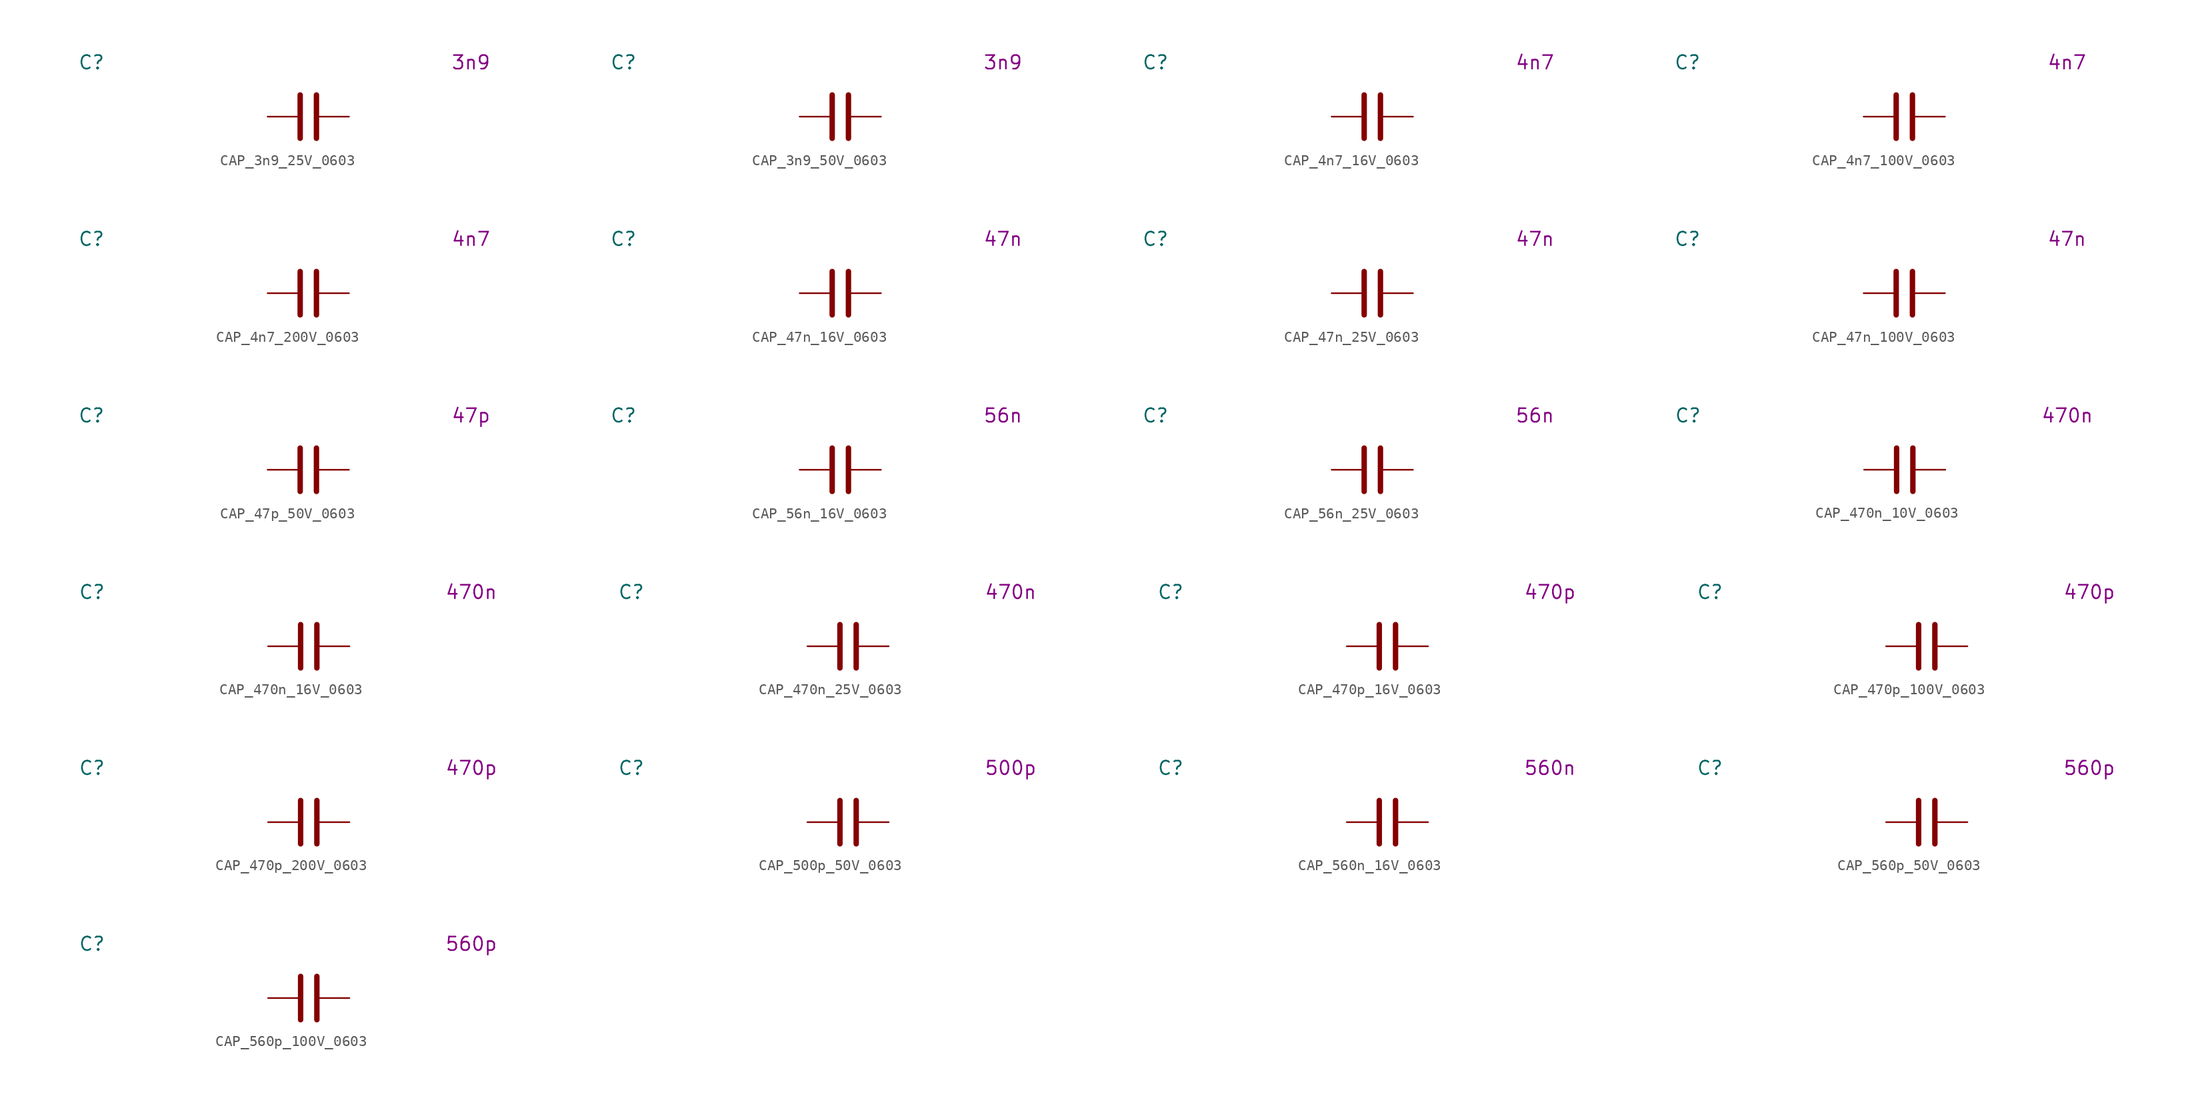
<source format=kicad_sym>
(kicad_symbol_lib
  (version 20231120)
  (generator "kicad_symbol_editor")
  (generator_version "8.0")
  (symbol "CAP_3n9_25V_0603"
    (pin_numbers hide)
    (property "Reference" "C"
      (at -20.32 5.08 0)
      (effects (font (size 1.27 1.27))))
    (property "Display Value" "3n9"
      (at 15.24 5.08 0)
      (effects (font (size 1.27 1.27))))
    (symbol "CAP_3n9_25V_0603_0_1"
      (polyline (pts (xy -0.762 -2.032) (xy -0.762 2.032)) (stroke (width 0.508) (type default)) (fill (type none)))
      (polyline (pts (xy 0.762 -2.032) (xy 0.762 2.032)) (stroke (width 0.508) (type default)) (fill (type none))))
    (symbol "CAP_3n9_25V_0603_1_1"
      (pin passive line (at -3.81 0 0) (length 2.794) (name "~" (effects (font (size 1.27 1.27)))) (number "1" (effects (font (size 1.27 1.27)))))
      (pin passive line (at 3.81 0 180) (length 2.794) (name "~" (effects (font (size 1.27 1.27)))) (number "2" (effects (font (size 1.27 1.27)))))))
  (symbol "CAP_3n9_50V_0603"
    (pin_numbers hide)
    (property "Reference" "C"
      (at -20.32 5.08 0)
      (effects (font (size 1.27 1.27))))
    (property "Display Value" "3n9"
      (at 15.24 5.08 0)
      (effects (font (size 1.27 1.27))))
    (symbol "CAP_3n9_50V_0603_0_1"
      (polyline (pts (xy -0.762 -2.032) (xy -0.762 2.032)) (stroke (width 0.508) (type default)) (fill (type none)))
      (polyline (pts (xy 0.762 -2.032) (xy 0.762 2.032)) (stroke (width 0.508) (type default)) (fill (type none))))
    (symbol "CAP_3n9_50V_0603_1_1"
      (pin passive line (at -3.81 0 0) (length 2.794) (name "~" (effects (font (size 1.27 1.27)))) (number "1" (effects (font (size 1.27 1.27)))))
      (pin passive line (at 3.81 0 180) (length 2.794) (name "~" (effects (font (size 1.27 1.27)))) (number "2" (effects (font (size 1.27 1.27)))))))
  (symbol "CAP_4n7_16V_0603"
    (pin_numbers hide)
    (property "Reference" "C"
      (at -20.32 5.08 0)
      (effects (font (size 1.27 1.27))))
    (property "Display Value" "4n7"
      (at 15.24 5.08 0)
      (effects (font (size 1.27 1.27))))
    (symbol "CAP_4n7_16V_0603_0_1"
      (polyline (pts (xy -0.762 -2.032) (xy -0.762 2.032)) (stroke (width 0.508) (type default)) (fill (type none)))
      (polyline (pts (xy 0.762 -2.032) (xy 0.762 2.032)) (stroke (width 0.508) (type default)) (fill (type none))))
    (symbol "CAP_4n7_16V_0603_1_1"
      (pin passive line (at -3.81 0 0) (length 2.794) (name "~" (effects (font (size 1.27 1.27)))) (number "1" (effects (font (size 1.27 1.27)))))
      (pin passive line (at 3.81 0 180) (length 2.794) (name "~" (effects (font (size 1.27 1.27)))) (number "2" (effects (font (size 1.27 1.27)))))))
  (symbol "CAP_4n7_100V_0603"
    (pin_numbers hide)
    (property "Reference" "C"
      (at -20.32 5.08 0)
      (effects (font (size 1.27 1.27))))
    (property "Display Value" "4n7"
      (at 15.24 5.08 0)
      (effects (font (size 1.27 1.27))))
    (symbol "CAP_4n7_100V_0603_0_1"
      (polyline (pts (xy -0.762 -2.032) (xy -0.762 2.032)) (stroke (width 0.508) (type default)) (fill (type none)))
      (polyline (pts (xy 0.762 -2.032) (xy 0.762 2.032)) (stroke (width 0.508) (type default)) (fill (type none))))
    (symbol "CAP_4n7_100V_0603_1_1"
      (pin passive line (at -3.81 0 0) (length 2.794) (name "~" (effects (font (size 1.27 1.27)))) (number "1" (effects (font (size 1.27 1.27)))))
      (pin passive line (at 3.81 0 180) (length 2.794) (name "~" (effects (font (size 1.27 1.27)))) (number "2" (effects (font (size 1.27 1.27)))))))
  (symbol "CAP_4n7_200V_0603"
    (pin_numbers hide)
    (property "Reference" "C"
      (at -20.32 5.08 0)
      (effects (font (size 1.27 1.27))))
    (property "Display Value" "4n7"
      (at 15.24 5.08 0)
      (effects (font (size 1.27 1.27))))
    (symbol "CAP_4n7_200V_0603_0_1"
      (polyline (pts (xy -0.762 -2.032) (xy -0.762 2.032)) (stroke (width 0.508) (type default)) (fill (type none)))
      (polyline (pts (xy 0.762 -2.032) (xy 0.762 2.032)) (stroke (width 0.508) (type default)) (fill (type none))))
    (symbol "CAP_4n7_200V_0603_1_1"
      (pin passive line (at -3.81 0 0) (length 2.794) (name "~" (effects (font (size 1.27 1.27)))) (number "1" (effects (font (size 1.27 1.27)))))
      (pin passive line (at 3.81 0 180) (length 2.794) (name "~" (effects (font (size 1.27 1.27)))) (number "2" (effects (font (size 1.27 1.27)))))))
  (symbol "CAP_47n_16V_0603"
    (pin_numbers hide)
    (property "Reference" "C"
      (at -20.32 5.08 0)
      (effects (font (size 1.27 1.27))))
    (property "Display Value" "47n"
      (at 15.24 5.08 0)
      (effects (font (size 1.27 1.27))))
    (symbol "CAP_47n_16V_0603_0_1"
      (polyline (pts (xy -0.762 -2.032) (xy -0.762 2.032)) (stroke (width 0.508) (type default)) (fill (type none)))
      (polyline (pts (xy 0.762 -2.032) (xy 0.762 2.032)) (stroke (width 0.508) (type default)) (fill (type none))))
    (symbol "CAP_47n_16V_0603_1_1"
      (pin passive line (at -3.81 0 0) (length 2.794) (name "~" (effects (font (size 1.27 1.27)))) (number "1" (effects (font (size 1.27 1.27)))))
      (pin passive line (at 3.81 0 180) (length 2.794) (name "~" (effects (font (size 1.27 1.27)))) (number "2" (effects (font (size 1.27 1.27)))))))
  (symbol "CAP_47n_25V_0603"
    (pin_numbers hide)
    (property "Reference" "C"
      (at -20.32 5.08 0)
      (effects (font (size 1.27 1.27))))
    (property "Display Value" "47n"
      (at 15.24 5.08 0)
      (effects (font (size 1.27 1.27))))
    (symbol "CAP_47n_25V_0603_0_1"
      (polyline (pts (xy -0.762 -2.032) (xy -0.762 2.032)) (stroke (width 0.508) (type default)) (fill (type none)))
      (polyline (pts (xy 0.762 -2.032) (xy 0.762 2.032)) (stroke (width 0.508) (type default)) (fill (type none))))
    (symbol "CAP_47n_25V_0603_1_1"
      (pin passive line (at -3.81 0 0) (length 2.794) (name "~" (effects (font (size 1.27 1.27)))) (number "1" (effects (font (size 1.27 1.27)))))
      (pin passive line (at 3.81 0 180) (length 2.794) (name "~" (effects (font (size 1.27 1.27)))) (number "2" (effects (font (size 1.27 1.27)))))))
  (symbol "CAP_47n_100V_0603"
    (pin_numbers hide)
    (property "Reference" "C"
      (at -20.32 5.08 0)
      (effects (font (size 1.27 1.27))))
    (property "Display Value" "47n"
      (at 15.24 5.08 0)
      (effects (font (size 1.27 1.27))))
    (symbol "CAP_47n_100V_0603_0_1"
      (polyline (pts (xy -0.762 -2.032) (xy -0.762 2.032)) (stroke (width 0.508) (type default)) (fill (type none)))
      (polyline (pts (xy 0.762 -2.032) (xy 0.762 2.032)) (stroke (width 0.508) (type default)) (fill (type none))))
    (symbol "CAP_47n_100V_0603_1_1"
      (pin passive line (at -3.81 0 0) (length 2.794) (name "~" (effects (font (size 1.27 1.27)))) (number "1" (effects (font (size 1.27 1.27)))))
      (pin passive line (at 3.81 0 180) (length 2.794) (name "~" (effects (font (size 1.27 1.27)))) (number "2" (effects (font (size 1.27 1.27)))))))
  (symbol "CAP_47p_50V_0603"
    (pin_numbers hide)
    (property "Reference" "C"
      (at -20.32 5.08 0)
      (effects (font (size 1.27 1.27))))
    (property "Display Value" "47p"
      (at 15.24 5.08 0)
      (effects (font (size 1.27 1.27))))
    (symbol "CAP_47p_50V_0603_0_1"
      (polyline (pts (xy -0.762 -2.032) (xy -0.762 2.032)) (stroke (width 0.508) (type default)) (fill (type none)))
      (polyline (pts (xy 0.762 -2.032) (xy 0.762 2.032)) (stroke (width 0.508) (type default)) (fill (type none))))
    (symbol "CAP_47p_50V_0603_1_1"
      (pin passive line (at -3.81 0 0) (length 2.794) (name "~" (effects (font (size 1.27 1.27)))) (number "1" (effects (font (size 1.27 1.27)))))
      (pin passive line (at 3.81 0 180) (length 2.794) (name "~" (effects (font (size 1.27 1.27)))) (number "2" (effects (font (size 1.27 1.27)))))))
  (symbol "CAP_56n_16V_0603"
    (pin_numbers hide)
    (property "Reference" "C"
      (at -20.32 5.08 0)
      (effects (font (size 1.27 1.27))))
    (property "Display Value" "56n"
      (at 15.24 5.08 0)
      (effects (font (size 1.27 1.27))))
    (symbol "CAP_56n_16V_0603_0_1"
      (polyline (pts (xy -0.762 -2.032) (xy -0.762 2.032)) (stroke (width 0.508) (type default)) (fill (type none)))
      (polyline (pts (xy 0.762 -2.032) (xy 0.762 2.032)) (stroke (width 0.508) (type default)) (fill (type none))))
    (symbol "CAP_56n_16V_0603_1_1"
      (pin passive line (at -3.81 0 0) (length 2.794) (name "~" (effects (font (size 1.27 1.27)))) (number "1" (effects (font (size 1.27 1.27)))))
      (pin passive line (at 3.81 0 180) (length 2.794) (name "~" (effects (font (size 1.27 1.27)))) (number "2" (effects (font (size 1.27 1.27)))))))
  (symbol "CAP_56n_25V_0603"
    (pin_numbers hide)
    (property "Reference" "C"
      (at -20.32 5.08 0)
      (effects (font (size 1.27 1.27))))
    (property "Display Value" "56n"
      (at 15.24 5.08 0)
      (effects (font (size 1.27 1.27))))
    (symbol "CAP_56n_25V_0603_0_1"
      (polyline (pts (xy -0.762 -2.032) (xy -0.762 2.032)) (stroke (width 0.508) (type default)) (fill (type none)))
      (polyline (pts (xy 0.762 -2.032) (xy 0.762 2.032)) (stroke (width 0.508) (type default)) (fill (type none))))
    (symbol "CAP_56n_25V_0603_1_1"
      (pin passive line (at -3.81 0 0) (length 2.794) (name "~" (effects (font (size 1.27 1.27)))) (number "1" (effects (font (size 1.27 1.27)))))
      (pin passive line (at 3.81 0 180) (length 2.794) (name "~" (effects (font (size 1.27 1.27)))) (number "2" (effects (font (size 1.27 1.27)))))))
  (symbol "CAP_470n_10V_0603"
    (pin_numbers hide)
    (property "Reference" "C"
      (at -20.32 5.08 0)
      (effects (font (size 1.27 1.27))))
    (property "Display Value" "470n"
      (at 15.24 5.08 0)
      (effects (font (size 1.27 1.27))))
    (symbol "CAP_470n_10V_0603_0_1"
      (polyline (pts (xy -0.762 -2.032) (xy -0.762 2.032)) (stroke (width 0.508) (type default)) (fill (type none)))
      (polyline (pts (xy 0.762 -2.032) (xy 0.762 2.032)) (stroke (width 0.508) (type default)) (fill (type none))))
    (symbol "CAP_470n_10V_0603_1_1"
      (pin passive line (at -3.81 0 0) (length 2.794) (name "~" (effects (font (size 1.27 1.27)))) (number "1" (effects (font (size 1.27 1.27)))))
      (pin passive line (at 3.81 0 180) (length 2.794) (name "~" (effects (font (size 1.27 1.27)))) (number "2" (effects (font (size 1.27 1.27)))))))
  (symbol "CAP_470n_16V_0603"
    (pin_numbers hide)
    (property "Reference" "C"
      (at -20.32 5.08 0)
      (effects (font (size 1.27 1.27))))
    (property "Display Value" "470n"
      (at 15.24 5.08 0)
      (effects (font (size 1.27 1.27))))
    (symbol "CAP_470n_16V_0603_0_1"
      (polyline (pts (xy -0.762 -2.032) (xy -0.762 2.032)) (stroke (width 0.508) (type default)) (fill (type none)))
      (polyline (pts (xy 0.762 -2.032) (xy 0.762 2.032)) (stroke (width 0.508) (type default)) (fill (type none))))
    (symbol "CAP_470n_16V_0603_1_1"
      (pin passive line (at -3.81 0 0) (length 2.794) (name "~" (effects (font (size 1.27 1.27)))) (number "1" (effects (font (size 1.27 1.27)))))
      (pin passive line (at 3.81 0 180) (length 2.794) (name "~" (effects (font (size 1.27 1.27)))) (number "2" (effects (font (size 1.27 1.27)))))))
  (symbol "CAP_470n_25V_0603"
    (pin_numbers hide)
    (property "Reference" "C"
      (at -20.32 5.08 0)
      (effects (font (size 1.27 1.27))))
    (property "Display Value" "470n"
      (at 15.24 5.08 0)
      (effects (font (size 1.27 1.27))))
    (symbol "CAP_470n_25V_0603_0_1"
      (polyline (pts (xy -0.762 -2.032) (xy -0.762 2.032)) (stroke (width 0.508) (type default)) (fill (type none)))
      (polyline (pts (xy 0.762 -2.032) (xy 0.762 2.032)) (stroke (width 0.508) (type default)) (fill (type none))))
    (symbol "CAP_470n_25V_0603_1_1"
      (pin passive line (at -3.81 0 0) (length 2.794) (name "~" (effects (font (size 1.27 1.27)))) (number "1" (effects (font (size 1.27 1.27)))))
      (pin passive line (at 3.81 0 180) (length 2.794) (name "~" (effects (font (size 1.27 1.27)))) (number "2" (effects (font (size 1.27 1.27)))))))
  (symbol "CAP_470p_16V_0603"
    (pin_numbers hide)
    (property "Reference" "C"
      (at -20.32 5.08 0)
      (effects (font (size 1.27 1.27))))
    (property "Display Value" "470p"
      (at 15.24 5.08 0)
      (effects (font (size 1.27 1.27))))
    (symbol "CAP_470p_16V_0603_0_1"
      (polyline (pts (xy -0.762 -2.032) (xy -0.762 2.032)) (stroke (width 0.508) (type default)) (fill (type none)))
      (polyline (pts (xy 0.762 -2.032) (xy 0.762 2.032)) (stroke (width 0.508) (type default)) (fill (type none))))
    (symbol "CAP_470p_16V_0603_1_1"
      (pin passive line (at -3.81 0 0) (length 2.794) (name "~" (effects (font (size 1.27 1.27)))) (number "1" (effects (font (size 1.27 1.27)))))
      (pin passive line (at 3.81 0 180) (length 2.794) (name "~" (effects (font (size 1.27 1.27)))) (number "2" (effects (font (size 1.27 1.27)))))))
  (symbol "CAP_470p_100V_0603"
    (pin_numbers hide)
    (property "Reference" "C"
      (at -20.32 5.08 0)
      (effects (font (size 1.27 1.27))))
    (property "Display Value" "470p"
      (at 15.24 5.08 0)
      (effects (font (size 1.27 1.27))))
    (symbol "CAP_470p_100V_0603_0_1"
      (polyline (pts (xy -0.762 -2.032) (xy -0.762 2.032)) (stroke (width 0.508) (type default)) (fill (type none)))
      (polyline (pts (xy 0.762 -2.032) (xy 0.762 2.032)) (stroke (width 0.508) (type default)) (fill (type none))))
    (symbol "CAP_470p_100V_0603_1_1"
      (pin passive line (at -3.81 0 0) (length 2.794) (name "~" (effects (font (size 1.27 1.27)))) (number "1" (effects (font (size 1.27 1.27)))))
      (pin passive line (at 3.81 0 180) (length 2.794) (name "~" (effects (font (size 1.27 1.27)))) (number "2" (effects (font (size 1.27 1.27)))))))
  (symbol "CAP_470p_200V_0603"
    (pin_numbers hide)
    (property "Reference" "C"
      (at -20.32 5.08 0)
      (effects (font (size 1.27 1.27))))
    (property "Display Value" "470p"
      (at 15.24 5.08 0)
      (effects (font (size 1.27 1.27))))
    (symbol "CAP_470p_200V_0603_0_1"
      (polyline (pts (xy -0.762 -2.032) (xy -0.762 2.032)) (stroke (width 0.508) (type default)) (fill (type none)))
      (polyline (pts (xy 0.762 -2.032) (xy 0.762 2.032)) (stroke (width 0.508) (type default)) (fill (type none))))
    (symbol "CAP_470p_200V_0603_1_1"
      (pin passive line (at -3.81 0 0) (length 2.794) (name "~" (effects (font (size 1.27 1.27)))) (number "1" (effects (font (size 1.27 1.27)))))
      (pin passive line (at 3.81 0 180) (length 2.794) (name "~" (effects (font (size 1.27 1.27)))) (number "2" (effects (font (size 1.27 1.27)))))))
  (symbol "CAP_500p_50V_0603"
    (pin_numbers hide)
    (property "Reference" "C"
      (at -20.32 5.08 0)
      (effects (font (size 1.27 1.27))))
    (property "Display Value" "500p"
      (at 15.24 5.08 0)
      (effects (font (size 1.27 1.27))))
    (symbol "CAP_500p_50V_0603_0_1"
      (polyline (pts (xy -0.762 -2.032) (xy -0.762 2.032)) (stroke (width 0.508) (type default)) (fill (type none)))
      (polyline (pts (xy 0.762 -2.032) (xy 0.762 2.032)) (stroke (width 0.508) (type default)) (fill (type none))))
    (symbol "CAP_500p_50V_0603_1_1"
      (pin passive line (at -3.81 0 0) (length 2.794) (name "~" (effects (font (size 1.27 1.27)))) (number "1" (effects (font (size 1.27 1.27)))))
      (pin passive line (at 3.81 0 180) (length 2.794) (name "~" (effects (font (size 1.27 1.27)))) (number "2" (effects (font (size 1.27 1.27)))))))
  (symbol "CAP_560n_16V_0603"
    (pin_numbers hide)
    (property "Reference" "C"
      (at -20.32 5.08 0)
      (effects (font (size 1.27 1.27))))
    (property "Display Value" "560n"
      (at 15.24 5.08 0)
      (effects (font (size 1.27 1.27))))
    (symbol "CAP_560n_16V_0603_0_1"
      (polyline (pts (xy -0.762 -2.032) (xy -0.762 2.032)) (stroke (width 0.508) (type default)) (fill (type none)))
      (polyline (pts (xy 0.762 -2.032) (xy 0.762 2.032)) (stroke (width 0.508) (type default)) (fill (type none))))
    (symbol "CAP_560n_16V_0603_1_1"
      (pin passive line (at -3.81 0 0) (length 2.794) (name "~" (effects (font (size 1.27 1.27)))) (number "1" (effects (font (size 1.27 1.27)))))
      (pin passive line (at 3.81 0 180) (length 2.794) (name "~" (effects (font (size 1.27 1.27)))) (number "2" (effects (font (size 1.27 1.27)))))))
  (symbol "CAP_560p_50V_0603"
    (pin_numbers hide)
    (property "Reference" "C"
      (at -20.32 5.08 0)
      (effects (font (size 1.27 1.27))))
    (property "Display Value" "560p"
      (at 15.24 5.08 0)
      (effects (font (size 1.27 1.27))))
    (symbol "CAP_560p_50V_0603_0_1"
      (polyline (pts (xy -0.762 -2.032) (xy -0.762 2.032)) (stroke (width 0.508) (type default)) (fill (type none)))
      (polyline (pts (xy 0.762 -2.032) (xy 0.762 2.032)) (stroke (width 0.508) (type default)) (fill (type none))))
    (symbol "CAP_560p_50V_0603_1_1"
      (pin passive line (at -3.81 0 0) (length 2.794) (name "~" (effects (font (size 1.27 1.27)))) (number "1" (effects (font (size 1.27 1.27)))))
      (pin passive line (at 3.81 0 180) (length 2.794) (name "~" (effects (font (size 1.27 1.27)))) (number "2" (effects (font (size 1.27 1.27)))))))
  (symbol "CAP_560p_100V_0603"
    (pin_numbers hide)
    (property "Reference" "C"
      (at -20.32 5.08 0)
      (effects (font (size 1.27 1.27))))
    (property "Display Value" "560p"
      (at 15.24 5.08 0)
      (effects (font (size 1.27 1.27))))
    (symbol "CAP_560p_100V_0603_0_1"
      (polyline (pts (xy -0.762 -2.032) (xy -0.762 2.032)) (stroke (width 0.508) (type default)) (fill (type none)))
      (polyline (pts (xy 0.762 -2.032) (xy 0.762 2.032)) (stroke (width 0.508) (type default)) (fill (type none))))
    (symbol "CAP_560p_100V_0603_1_1"
      (pin passive line (at -3.81 0 0) (length 2.794) (name "~" (effects (font (size 1.27 1.27)))) (number "1" (effects (font (size 1.27 1.27)))))
      (pin passive line (at 3.81 0 180) (length 2.794) (name "~" (effects (font (size 1.27 1.27)))) (number "2" (effects (font (size 1.27 1.27))))))))
</source>
